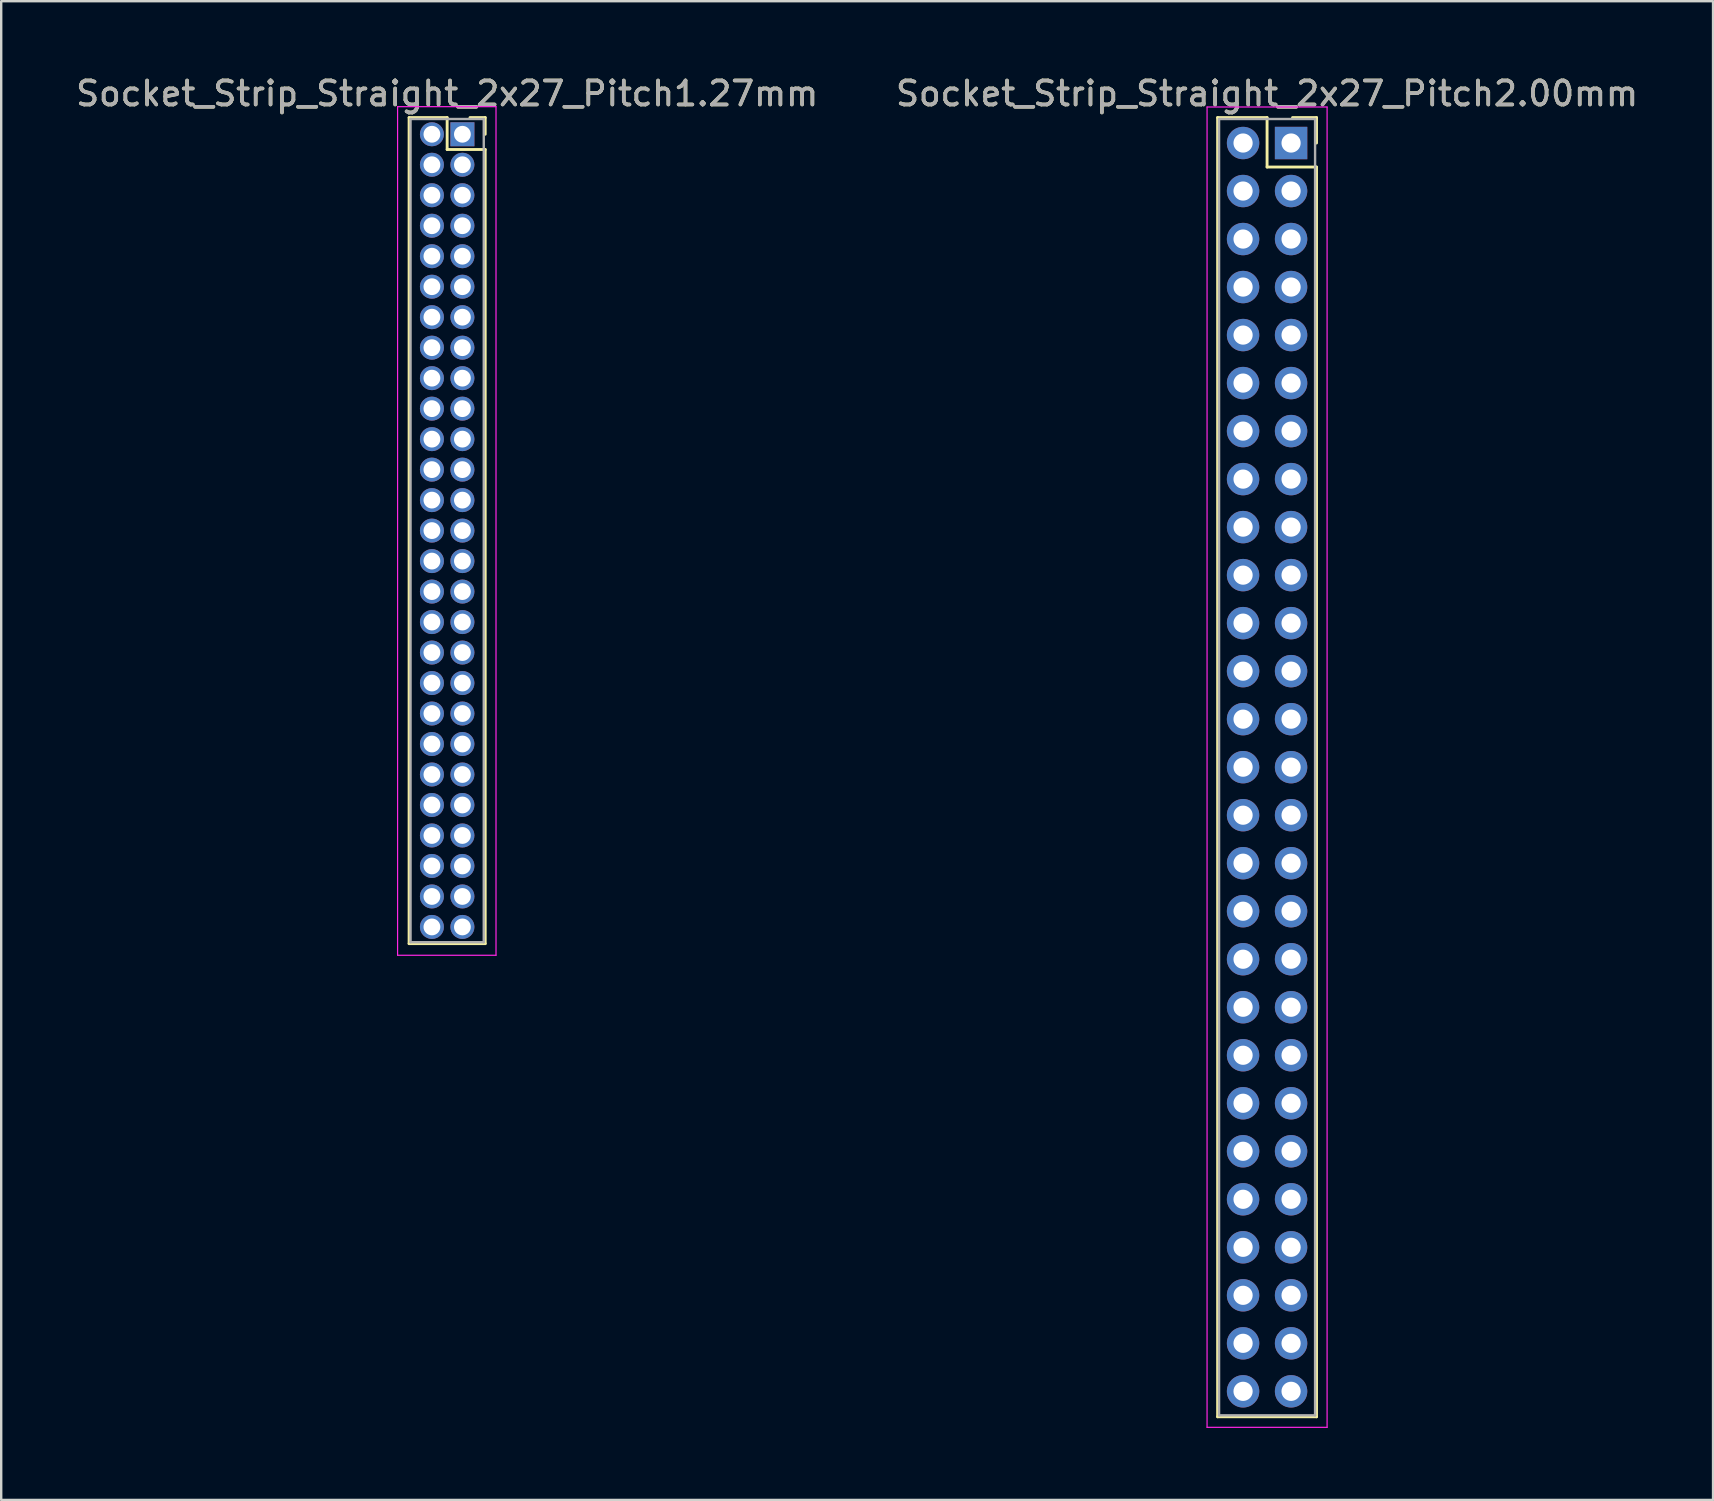
<source format=kicad_pcb>
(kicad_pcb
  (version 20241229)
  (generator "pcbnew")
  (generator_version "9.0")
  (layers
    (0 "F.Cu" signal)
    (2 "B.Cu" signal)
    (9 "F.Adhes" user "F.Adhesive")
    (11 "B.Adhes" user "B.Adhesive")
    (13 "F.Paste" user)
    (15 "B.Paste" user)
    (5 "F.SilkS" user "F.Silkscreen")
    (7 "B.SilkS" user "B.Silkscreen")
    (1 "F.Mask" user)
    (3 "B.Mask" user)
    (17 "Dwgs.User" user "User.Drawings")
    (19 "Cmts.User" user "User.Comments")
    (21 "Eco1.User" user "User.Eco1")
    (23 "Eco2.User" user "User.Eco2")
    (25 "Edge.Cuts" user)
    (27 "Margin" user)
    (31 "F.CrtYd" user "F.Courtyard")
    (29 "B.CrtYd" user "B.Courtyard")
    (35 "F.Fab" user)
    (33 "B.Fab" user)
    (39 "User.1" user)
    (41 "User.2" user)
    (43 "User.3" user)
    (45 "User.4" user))
  (footprint "Socket_Strip_Straight_2x27_Pitch1.27mm"
    (layer "F.Cu")
    (at 16.212 2.543)
    (property "Reference" "Socket_Strip_Straight_2x27_Pitch1.27mm" (at -0.635 -1.695 0) (layer "F.SilkS") (effects (font (size 1 1) (thickness 0.15))))
    (attr through_hole)
    (fp_line (start -2.22 -0.695) (end -0.635 -0.695) (stroke (width 0.12) (type solid)) (layer "F.SilkS"))
    (fp_line (start -2.22 33.715) (end -2.22 -0.695) (stroke (width 0.12) (type solid)) (layer "F.SilkS"))
    (fp_line (start -0.635 -0.695) (end -0.635 0.635) (stroke (width 0.12) (type solid)) (layer "F.SilkS"))
    (fp_line (start -0.635 0.635) (end 0.95 0.635) (stroke (width 0.12) (type solid)) (layer "F.SilkS"))
    (fp_line (start 0.95 -0.695) (end 0.315 -0.695) (stroke (width 0.12) (type solid)) (layer "F.SilkS"))
    (fp_line (start 0.95 0) (end 0.95 -0.695) (stroke (width 0.12) (type solid)) (layer "F.SilkS"))
    (fp_line (start 0.95 0.635) (end 0.95 33.715) (stroke (width 0.12) (type solid)) (layer "F.SilkS"))
    (fp_line (start 0.95 33.715) (end -2.22 33.715) (stroke (width 0.12) (type solid)) (layer "F.SilkS"))
    (fp_line (start -2.7 -1.15) (end -2.7 34.2) (stroke (width 0.05) (type solid)) (layer "F.CrtYd"))
    (fp_line (start -2.7 34.2) (end 1.4 34.2) (stroke (width 0.05) (type solid)) (layer "F.CrtYd"))
    (fp_line (start 1.4 -1.15) (end -2.7 -1.15) (stroke (width 0.05) (type solid)) (layer "F.CrtYd"))
    (fp_line (start 1.4 34.2) (end 1.4 -1.15) (stroke (width 0.05) (type solid)) (layer "F.CrtYd"))
    (fp_line (start -2.16 -0.635) (end -2.16 33.655) (stroke (width 0.1) (type solid)) (layer "F.Fab"))
    (fp_line (start -2.16 33.655) (end 0.89 33.655) (stroke (width 0.1) (type solid)) (layer "F.Fab"))
    (fp_line (start 0.89 -0.635) (end -2.16 -0.635) (stroke (width 0.1) (type solid)) (layer "F.Fab"))
    (fp_line (start 0.89 33.655) (end 0.89 -0.635) (stroke (width 0.1) (type solid)) (layer "F.Fab"))
    (fp_text user "${REFERENCE}" (at -0.635 -1.695 0) (layer "F.Fab") (effects (font (size 1 1) (thickness 0.15))))
    (pad "1" thru_hole rect (at 0 0) (size 1 1) (drill 0.7) (layers "*.Cu" "*.Mask"))
    (pad "2" thru_hole oval (at -1.27 0) (size 1 1) (drill 0.7) (layers "*.Cu" "*.Mask"))
    (pad "3" thru_hole oval (at 0 1.27) (size 1 1) (drill 0.7) (layers "*.Cu" "*.Mask"))
    (pad "4" thru_hole oval (at -1.27 1.27) (size 1 1) (drill 0.7) (layers "*.Cu" "*.Mask"))
    (pad "5" thru_hole oval (at 0 2.54) (size 1 1) (drill 0.7) (layers "*.Cu" "*.Mask"))
    (pad "6" thru_hole oval (at -1.27 2.54) (size 1 1) (drill 0.7) (layers "*.Cu" "*.Mask"))
    (pad "7" thru_hole oval (at 0 3.81) (size 1 1) (drill 0.7) (layers "*.Cu" "*.Mask"))
    (pad "8" thru_hole oval (at -1.27 3.81) (size 1 1) (drill 0.7) (layers "*.Cu" "*.Mask"))
    (pad "9" thru_hole oval (at 0 5.08) (size 1 1) (drill 0.7) (layers "*.Cu" "*.Mask"))
    (pad "10" thru_hole oval (at -1.27 5.08) (size 1 1) (drill 0.7) (layers "*.Cu" "*.Mask"))
    (pad "11" thru_hole oval (at 0 6.35) (size 1 1) (drill 0.7) (layers "*.Cu" "*.Mask"))
    (pad "12" thru_hole oval (at -1.27 6.35) (size 1 1) (drill 0.7) (layers "*.Cu" "*.Mask"))
    (pad "13" thru_hole oval (at 0 7.62) (size 1 1) (drill 0.7) (layers "*.Cu" "*.Mask"))
    (pad "14" thru_hole oval (at -1.27 7.62) (size 1 1) (drill 0.7) (layers "*.Cu" "*.Mask"))
    (pad "15" thru_hole oval (at 0 8.89) (size 1 1) (drill 0.7) (layers "*.Cu" "*.Mask"))
    (pad "16" thru_hole oval (at -1.27 8.89) (size 1 1) (drill 0.7) (layers "*.Cu" "*.Mask"))
    (pad "17" thru_hole oval (at 0 10.16) (size 1 1) (drill 0.7) (layers "*.Cu" "*.Mask"))
    (pad "18" thru_hole oval (at -1.27 10.16) (size 1 1) (drill 0.7) (layers "*.Cu" "*.Mask"))
    (pad "19" thru_hole oval (at 0 11.43) (size 1 1) (drill 0.7) (layers "*.Cu" "*.Mask"))
    (pad "20" thru_hole oval (at -1.27 11.43) (size 1 1) (drill 0.7) (layers "*.Cu" "*.Mask"))
    (pad "21" thru_hole oval (at 0 12.7) (size 1 1) (drill 0.7) (layers "*.Cu" "*.Mask"))
    (pad "22" thru_hole oval (at -1.27 12.7) (size 1 1) (drill 0.7) (layers "*.Cu" "*.Mask"))
    (pad "23" thru_hole oval (at 0 13.97) (size 1 1) (drill 0.7) (layers "*.Cu" "*.Mask"))
    (pad "24" thru_hole oval (at -1.27 13.97) (size 1 1) (drill 0.7) (layers "*.Cu" "*.Mask"))
    (pad "25" thru_hole oval (at 0 15.24) (size 1 1) (drill 0.7) (layers "*.Cu" "*.Mask"))
    (pad "26" thru_hole oval (at -1.27 15.24) (size 1 1) (drill 0.7) (layers "*.Cu" "*.Mask"))
    (pad "27" thru_hole oval (at 0 16.51) (size 1 1) (drill 0.7) (layers "*.Cu" "*.Mask"))
    (pad "28" thru_hole oval (at -1.27 16.51) (size 1 1) (drill 0.7) (layers "*.Cu" "*.Mask"))
    (pad "29" thru_hole oval (at 0 17.78) (size 1 1) (drill 0.7) (layers "*.Cu" "*.Mask"))
    (pad "30" thru_hole oval (at -1.27 17.78) (size 1 1) (drill 0.7) (layers "*.Cu" "*.Mask"))
    (pad "31" thru_hole oval (at 0 19.05) (size 1 1) (drill 0.7) (layers "*.Cu" "*.Mask"))
    (pad "32" thru_hole oval (at -1.27 19.05) (size 1 1) (drill 0.7) (layers "*.Cu" "*.Mask"))
    (pad "33" thru_hole oval (at 0 20.32) (size 1 1) (drill 0.7) (layers "*.Cu" "*.Mask"))
    (pad "34" thru_hole oval (at -1.27 20.32) (size 1 1) (drill 0.7) (layers "*.Cu" "*.Mask"))
    (pad "35" thru_hole oval (at 0 21.59) (size 1 1) (drill 0.7) (layers "*.Cu" "*.Mask"))
    (pad "36" thru_hole oval (at -1.27 21.59) (size 1 1) (drill 0.7) (layers "*.Cu" "*.Mask"))
    (pad "37" thru_hole oval (at 0 22.86) (size 1 1) (drill 0.7) (layers "*.Cu" "*.Mask"))
    (pad "38" thru_hole oval (at -1.27 22.86) (size 1 1) (drill 0.7) (layers "*.Cu" "*.Mask"))
    (pad "39" thru_hole oval (at 0 24.13) (size 1 1) (drill 0.7) (layers "*.Cu" "*.Mask"))
    (pad "40" thru_hole oval (at -1.27 24.13) (size 1 1) (drill 0.7) (layers "*.Cu" "*.Mask"))
    (pad "41" thru_hole oval (at 0 25.4) (size 1 1) (drill 0.7) (layers "*.Cu" "*.Mask"))
    (pad "42" thru_hole oval (at -1.27 25.4) (size 1 1) (drill 0.7) (layers "*.Cu" "*.Mask"))
    (pad "43" thru_hole oval (at 0 26.67) (size 1 1) (drill 0.7) (layers "*.Cu" "*.Mask"))
    (pad "44" thru_hole oval (at -1.27 26.67) (size 1 1) (drill 0.7) (layers "*.Cu" "*.Mask"))
    (pad "45" thru_hole oval (at 0 27.94) (size 1 1) (drill 0.7) (layers "*.Cu" "*.Mask"))
    (pad "46" thru_hole oval (at -1.27 27.94) (size 1 1) (drill 0.7) (layers "*.Cu" "*.Mask"))
    (pad "47" thru_hole oval (at 0 29.21) (size 1 1) (drill 0.7) (layers "*.Cu" "*.Mask"))
    (pad "48" thru_hole oval (at -1.27 29.21) (size 1 1) (drill 0.7) (layers "*.Cu" "*.Mask"))
    (pad "49" thru_hole oval (at 0 30.48) (size 1 1) (drill 0.7) (layers "*.Cu" "*.Mask"))
    (pad "50" thru_hole oval (at -1.27 30.48) (size 1 1) (drill 0.7) (layers "*.Cu" "*.Mask"))
    (pad "51" thru_hole oval (at 0 31.75) (size 1 1) (drill 0.7) (layers "*.Cu" "*.Mask"))
    (pad "52" thru_hole oval (at -1.27 31.75) (size 1 1) (drill 0.7) (layers "*.Cu" "*.Mask"))
    (pad "53" thru_hole oval (at 0 33.02) (size 1 1) (drill 0.7) (layers "*.Cu" "*.Mask"))
    (pad "54" thru_hole oval (at -1.27 33.02) (size 1 1) (drill 0.7) (layers "*.Cu" "*.Mask")))
  (footprint "Socket_Strip_Straight_2x27_Pitch2.00mm"
    (layer "F.Cu")
    (at 50.732 2.908)
    (property "Reference" "Socket_Strip_Straight_2x27_Pitch2.00mm" (at -1 -2.06 0) (layer "F.SilkS") (effects (font (size 1 1) (thickness 0.15))))
    (attr through_hole)
    (fp_line (start -3.06 -1.06) (end -1 -1.06) (stroke (width 0.12) (type solid)) (layer "F.SilkS"))
    (fp_line (start -3.06 53.06) (end -3.06 -1.06) (stroke (width 0.12) (type solid)) (layer "F.SilkS"))
    (fp_line (start -1 -1.06) (end -1 1) (stroke (width 0.12) (type solid)) (layer "F.SilkS"))
    (fp_line (start -1 1) (end 1.06 1) (stroke (width 0.12) (type solid)) (layer "F.SilkS"))
    (fp_line (start 1.06 -1.06) (end 0.06 -1.06) (stroke (width 0.12) (type solid)) (layer "F.SilkS"))
    (fp_line (start 1.06 0) (end 1.06 -1.06) (stroke (width 0.12) (type solid)) (layer "F.SilkS"))
    (fp_line (start 1.06 1) (end 1.06 53.06) (stroke (width 0.12) (type solid)) (layer "F.SilkS"))
    (fp_line (start 1.06 53.06) (end -3.06 53.06) (stroke (width 0.12) (type solid)) (layer "F.SilkS"))
    (fp_line (start -3.5 -1.5) (end -3.5 53.5) (stroke (width 0.05) (type solid)) (layer "F.CrtYd"))
    (fp_line (start -3.5 53.5) (end 1.5 53.5) (stroke (width 0.05) (type solid)) (layer "F.CrtYd"))
    (fp_line (start 1.5 -1.5) (end -3.5 -1.5) (stroke (width 0.05) (type solid)) (layer "F.CrtYd"))
    (fp_line (start 1.5 53.5) (end 1.5 -1.5) (stroke (width 0.05) (type solid)) (layer "F.CrtYd"))
    (fp_line (start -3 -1) (end -3 53) (stroke (width 0.1) (type solid)) (layer "F.Fab"))
    (fp_line (start -3 53) (end 1 53) (stroke (width 0.1) (type solid)) (layer "F.Fab"))
    (fp_line (start 1 -1) (end -3 -1) (stroke (width 0.1) (type solid)) (layer "F.Fab"))
    (fp_line (start 1 53) (end 1 -1) (stroke (width 0.1) (type solid)) (layer "F.Fab"))
    (fp_text user "${REFERENCE}" (at -1 -2.06 0) (layer "F.Fab") (effects (font (size 1 1) (thickness 0.15))))
    (pad "1" thru_hole rect (at 0 0) (size 1.35 1.35) (drill 0.8) (layers "*.Cu" "*.Mask"))
    (pad "2" thru_hole oval (at -2 0) (size 1.35 1.35) (drill 0.8) (layers "*.Cu" "*.Mask"))
    (pad "3" thru_hole oval (at 0 2) (size 1.35 1.35) (drill 0.8) (layers "*.Cu" "*.Mask"))
    (pad "4" thru_hole oval (at -2 2) (size 1.35 1.35) (drill 0.8) (layers "*.Cu" "*.Mask"))
    (pad "5" thru_hole oval (at 0 4) (size 1.35 1.35) (drill 0.8) (layers "*.Cu" "*.Mask"))
    (pad "6" thru_hole oval (at -2 4) (size 1.35 1.35) (drill 0.8) (layers "*.Cu" "*.Mask"))
    (pad "7" thru_hole oval (at 0 6) (size 1.35 1.35) (drill 0.8) (layers "*.Cu" "*.Mask"))
    (pad "8" thru_hole oval (at -2 6) (size 1.35 1.35) (drill 0.8) (layers "*.Cu" "*.Mask"))
    (pad "9" thru_hole oval (at 0 8) (size 1.35 1.35) (drill 0.8) (layers "*.Cu" "*.Mask"))
    (pad "10" thru_hole oval (at -2 8) (size 1.35 1.35) (drill 0.8) (layers "*.Cu" "*.Mask"))
    (pad "11" thru_hole oval (at 0 10) (size 1.35 1.35) (drill 0.8) (layers "*.Cu" "*.Mask"))
    (pad "12" thru_hole oval (at -2 10) (size 1.35 1.35) (drill 0.8) (layers "*.Cu" "*.Mask"))
    (pad "13" thru_hole oval (at 0 12) (size 1.35 1.35) (drill 0.8) (layers "*.Cu" "*.Mask"))
    (pad "14" thru_hole oval (at -2 12) (size 1.35 1.35) (drill 0.8) (layers "*.Cu" "*.Mask"))
    (pad "15" thru_hole oval (at 0 14) (size 1.35 1.35) (drill 0.8) (layers "*.Cu" "*.Mask"))
    (pad "16" thru_hole oval (at -2 14) (size 1.35 1.35) (drill 0.8) (layers "*.Cu" "*.Mask"))
    (pad "17" thru_hole oval (at 0 16) (size 1.35 1.35) (drill 0.8) (layers "*.Cu" "*.Mask"))
    (pad "18" thru_hole oval (at -2 16) (size 1.35 1.35) (drill 0.8) (layers "*.Cu" "*.Mask"))
    (pad "19" thru_hole oval (at 0 18) (size 1.35 1.35) (drill 0.8) (layers "*.Cu" "*.Mask"))
    (pad "20" thru_hole oval (at -2 18) (size 1.35 1.35) (drill 0.8) (layers "*.Cu" "*.Mask"))
    (pad "21" thru_hole oval (at 0 20) (size 1.35 1.35) (drill 0.8) (layers "*.Cu" "*.Mask"))
    (pad "22" thru_hole oval (at -2 20) (size 1.35 1.35) (drill 0.8) (layers "*.Cu" "*.Mask"))
    (pad "23" thru_hole oval (at 0 22) (size 1.35 1.35) (drill 0.8) (layers "*.Cu" "*.Mask"))
    (pad "24" thru_hole oval (at -2 22) (size 1.35 1.35) (drill 0.8) (layers "*.Cu" "*.Mask"))
    (pad "25" thru_hole oval (at 0 24) (size 1.35 1.35) (drill 0.8) (layers "*.Cu" "*.Mask"))
    (pad "26" thru_hole oval (at -2 24) (size 1.35 1.35) (drill 0.8) (layers "*.Cu" "*.Mask"))
    (pad "27" thru_hole oval (at 0 26) (size 1.35 1.35) (drill 0.8) (layers "*.Cu" "*.Mask"))
    (pad "28" thru_hole oval (at -2 26) (size 1.35 1.35) (drill 0.8) (layers "*.Cu" "*.Mask"))
    (pad "29" thru_hole oval (at 0 28) (size 1.35 1.35) (drill 0.8) (layers "*.Cu" "*.Mask"))
    (pad "30" thru_hole oval (at -2 28) (size 1.35 1.35) (drill 0.8) (layers "*.Cu" "*.Mask"))
    (pad "31" thru_hole oval (at 0 30) (size 1.35 1.35) (drill 0.8) (layers "*.Cu" "*.Mask"))
    (pad "32" thru_hole oval (at -2 30) (size 1.35 1.35) (drill 0.8) (layers "*.Cu" "*.Mask"))
    (pad "33" thru_hole oval (at 0 32) (size 1.35 1.35) (drill 0.8) (layers "*.Cu" "*.Mask"))
    (pad "34" thru_hole oval (at -2 32) (size 1.35 1.35) (drill 0.8) (layers "*.Cu" "*.Mask"))
    (pad "35" thru_hole oval (at 0 34) (size 1.35 1.35) (drill 0.8) (layers "*.Cu" "*.Mask"))
    (pad "36" thru_hole oval (at -2 34) (size 1.35 1.35) (drill 0.8) (layers "*.Cu" "*.Mask"))
    (pad "37" thru_hole oval (at 0 36) (size 1.35 1.35) (drill 0.8) (layers "*.Cu" "*.Mask"))
    (pad "38" thru_hole oval (at -2 36) (size 1.35 1.35) (drill 0.8) (layers "*.Cu" "*.Mask"))
    (pad "39" thru_hole oval (at 0 38) (size 1.35 1.35) (drill 0.8) (layers "*.Cu" "*.Mask"))
    (pad "40" thru_hole oval (at -2 38) (size 1.35 1.35) (drill 0.8) (layers "*.Cu" "*.Mask"))
    (pad "41" thru_hole oval (at 0 40) (size 1.35 1.35) (drill 0.8) (layers "*.Cu" "*.Mask"))
    (pad "42" thru_hole oval (at -2 40) (size 1.35 1.35) (drill 0.8) (layers "*.Cu" "*.Mask"))
    (pad "43" thru_hole oval (at 0 42) (size 1.35 1.35) (drill 0.8) (layers "*.Cu" "*.Mask"))
    (pad "44" thru_hole oval (at -2 42) (size 1.35 1.35) (drill 0.8) (layers "*.Cu" "*.Mask"))
    (pad "45" thru_hole oval (at 0 44) (size 1.35 1.35) (drill 0.8) (layers "*.Cu" "*.Mask"))
    (pad "46" thru_hole oval (at -2 44) (size 1.35 1.35) (drill 0.8) (layers "*.Cu" "*.Mask"))
    (pad "47" thru_hole oval (at 0 46) (size 1.35 1.35) (drill 0.8) (layers "*.Cu" "*.Mask"))
    (pad "48" thru_hole oval (at -2 46) (size 1.35 1.35) (drill 0.8) (layers "*.Cu" "*.Mask"))
    (pad "49" thru_hole oval (at 0 48) (size 1.35 1.35) (drill 0.8) (layers "*.Cu" "*.Mask"))
    (pad "50" thru_hole oval (at -2 48) (size 1.35 1.35) (drill 0.8) (layers "*.Cu" "*.Mask"))
    (pad "51" thru_hole oval (at 0 50) (size 1.35 1.35) (drill 0.8) (layers "*.Cu" "*.Mask"))
    (pad "52" thru_hole oval (at -2 50) (size 1.35 1.35) (drill 0.8) (layers "*.Cu" "*.Mask"))
    (pad "53" thru_hole oval (at 0 52) (size 1.35 1.35) (drill 0.8) (layers "*.Cu" "*.Mask"))
    (pad "54" thru_hole oval (at -2 52) (size 1.35 1.35) (drill 0.8) (layers "*.Cu" "*.Mask")))
  (gr_rect
    (start -3 -3)
    (end 68.31 59.433)
    (stroke (width 0.1) (type default))
    (fill no)
    (layer "Edge.Cuts")))
</source>
